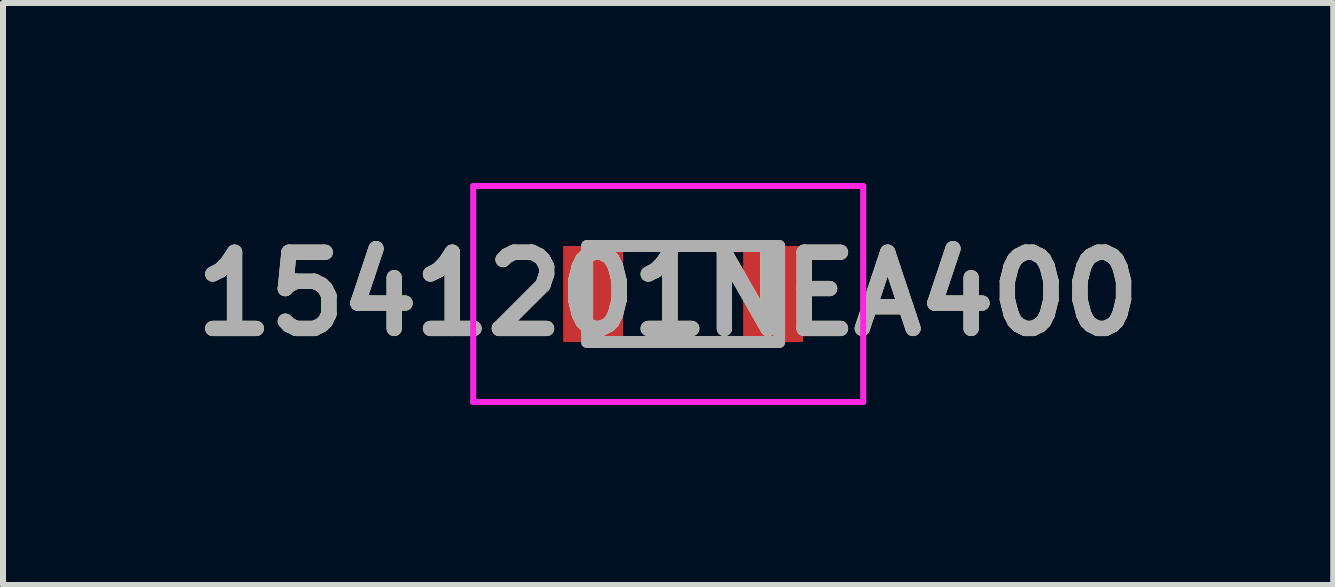
<source format=kicad_pcb>
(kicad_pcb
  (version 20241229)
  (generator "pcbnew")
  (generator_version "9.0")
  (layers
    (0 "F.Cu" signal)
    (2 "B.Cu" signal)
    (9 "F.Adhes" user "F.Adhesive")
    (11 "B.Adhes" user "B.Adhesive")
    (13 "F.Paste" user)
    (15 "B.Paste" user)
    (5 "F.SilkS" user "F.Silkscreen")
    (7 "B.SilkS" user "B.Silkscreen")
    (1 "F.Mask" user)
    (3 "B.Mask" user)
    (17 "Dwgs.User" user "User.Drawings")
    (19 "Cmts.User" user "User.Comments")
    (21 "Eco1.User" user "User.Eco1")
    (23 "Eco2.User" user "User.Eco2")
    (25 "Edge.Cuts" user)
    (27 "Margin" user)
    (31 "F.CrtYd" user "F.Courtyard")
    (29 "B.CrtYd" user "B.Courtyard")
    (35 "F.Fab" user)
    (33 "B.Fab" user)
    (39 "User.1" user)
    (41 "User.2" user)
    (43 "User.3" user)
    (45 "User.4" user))
  (footprint "1541201NEA400"
    (layer "F.Cu")
    (at 8.336 1.85)
    (property "Reference" "1541201NEA400" (at -0.25 0 0) (layer "F.SilkS") (effects (font (size 1.27 1.27) (thickness 0.254))))
    (attr smd)
    (fp_line (start -2.5 0) (end -2.5 0) (stroke (width 0.1) (type solid)) (layer "F.SilkS"))
    (fp_line (start -2.4 0) (end -2.4 0) (stroke (width 0.1) (type solid)) (layer "F.SilkS"))
    (fp_line (start -0.6 -0.8) (end 0.6 -0.8) (stroke (width 0.1) (type solid)) (layer "F.SilkS"))
    (fp_line (start -0.6 0.8) (end 0.6 0.8) (stroke (width 0.1) (type solid)) (layer "F.SilkS"))
    (fp_arc (start -2.5 0) (mid -2.45 -0.05) (end -2.4 0) (stroke (width 0.1) (type solid)) (layer "F.SilkS"))
    (fp_arc (start -2.4 0) (mid -2.45 0.05) (end -2.5 0) (stroke (width 0.1) (type solid)) (layer "F.SilkS"))
    (fp_line (start -3.5 -1.8) (end 3 -1.8) (stroke (width 0.1) (type solid)) (layer "F.CrtYd"))
    (fp_line (start -3.5 1.8) (end -3.5 -1.8) (stroke (width 0.1) (type solid)) (layer "F.CrtYd"))
    (fp_line (start 3 -1.8) (end 3 1.8) (stroke (width 0.1) (type solid)) (layer "F.CrtYd"))
    (fp_line (start 3 1.8) (end -3.5 1.8) (stroke (width 0.1) (type solid)) (layer "F.CrtYd"))
    (fp_line (start -1.6 -0.8) (end 1.6 -0.8) (stroke (width 0.2) (type solid)) (layer "F.Fab"))
    (fp_line (start -1.6 0.8) (end -1.6 -0.8) (stroke (width 0.2) (type solid)) (layer "F.Fab"))
    (fp_line (start 1.6 -0.8) (end 1.6 0.8) (stroke (width 0.2) (type solid)) (layer "F.Fab"))
    (fp_line (start 1.6 0.8) (end -1.6 0.8) (stroke (width 0.2) (type solid)) (layer "F.Fab"))
    (fp_text user "${REFERENCE}" (at -0.25 0 0) (layer "F.Fab") (effects (font (size 1.27 1.27) (thickness 0.254))))
    (pad "1" smd rect (at -1.5 0) (size 1 1.6) (layers "F.Cu" "F.Mask" "F.Paste"))
    (pad "2" smd rect (at 1.5 0) (size 1 1.6) (layers "F.Cu" "F.Mask" "F.Paste")))
  (gr_rect
    (start -3 -3)
    (end 19.171 6.7)
    (stroke (width 0.1) (type default))
    (fill no)
    (layer "Edge.Cuts")))
</source>
